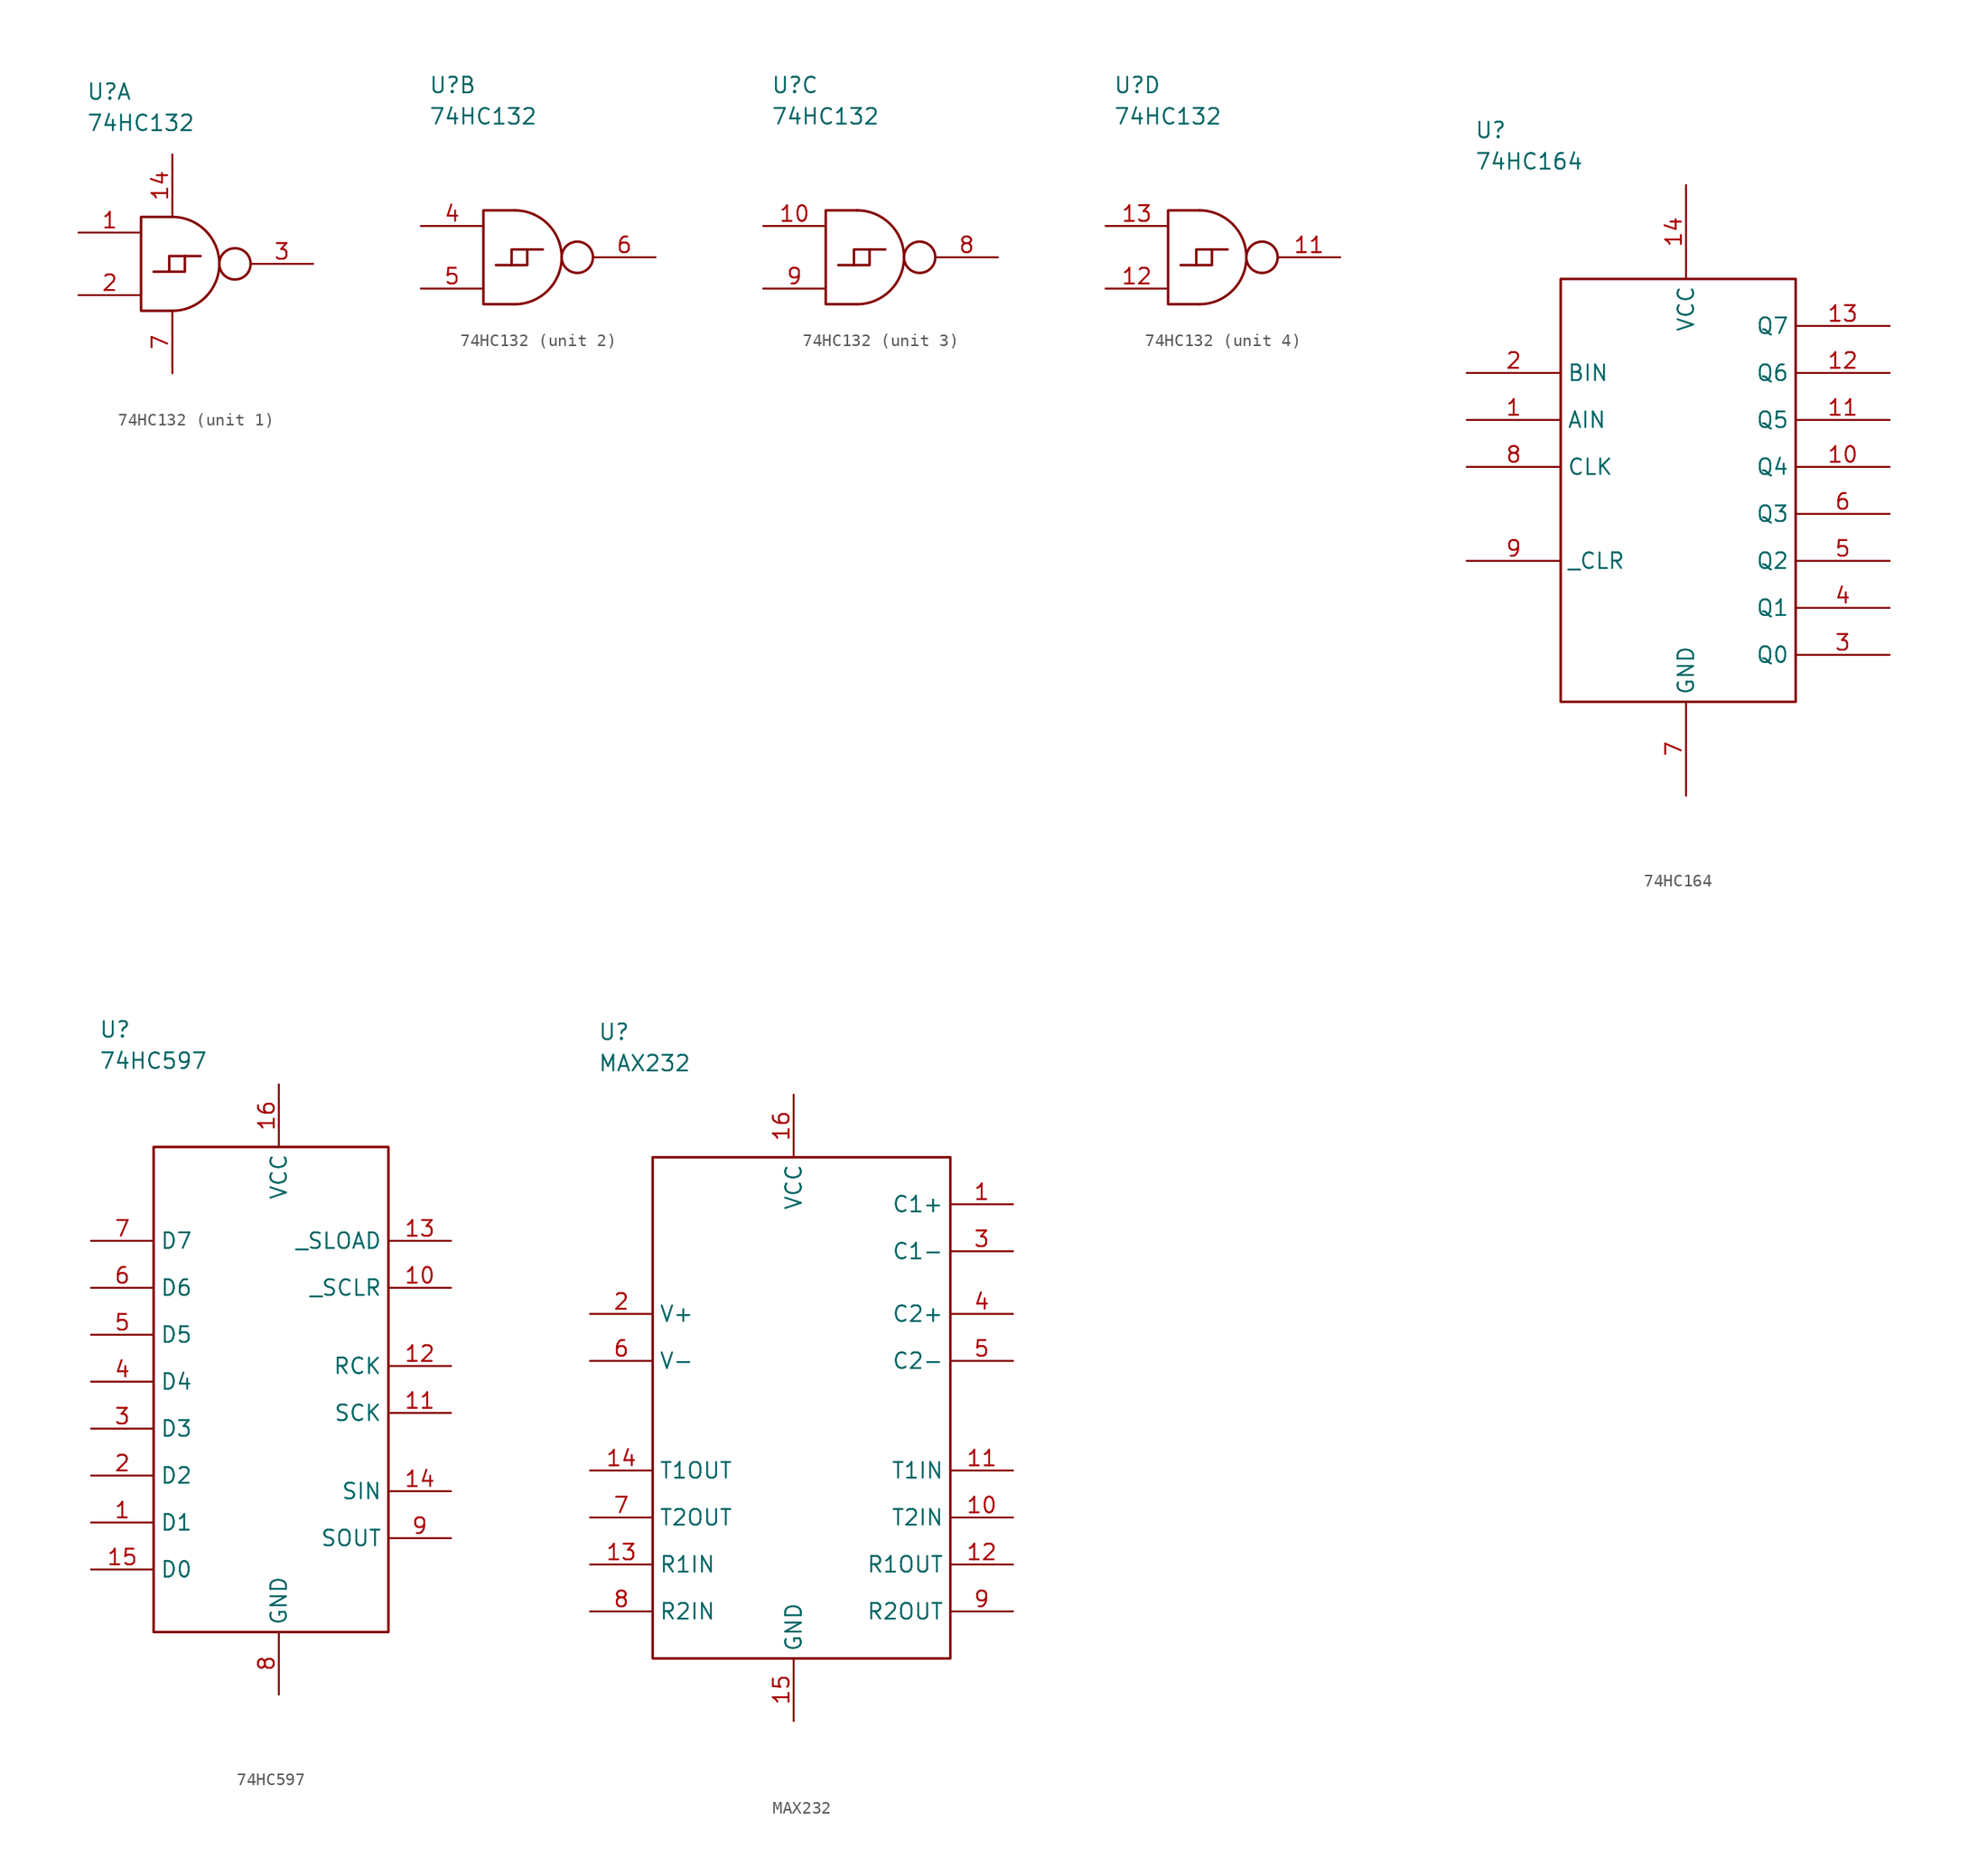
<source format=kicad_sym>
(kicad_symbol_lib
  (version 20211014)
  (generator kicad_symbol_editor)
  (symbol "74HC132"
    (property "Reference" "U"
      (at -9.525 13.97 0)
      (effects (font (size 1.27 1.27)) (justify left)))
    (property "Value" "74HC132"
      (at -9.525 11.43 0)
      (effects (font (size 1.27 1.27)) (justify left)))
    (property "ki_locked" ""
      (at 0 0 0)
      (effects (font (size 1.27 1.27))))
    (symbol "74HC132_0_0"
      (arc (start -2.54 -3.81) (mid 0.1541 -2.6941) (end 1.27 0) (stroke (width 0.2032) (type default) (color 0 0 0 0)) (fill (type none)))
      (polyline (pts (xy -1.524 0.635) (xy -1.524 -0.635) (xy -4.064 -0.635)) (stroke (width 0.203) (type default) (color 0 0 0 0)) (fill (type none)))
      (polyline (pts (xy -0.254 0.635) (xy -2.794 0.635) (xy -2.794 -0.635)) (stroke (width 0.203) (type default) (color 0 0 0 0)) (fill (type none)))
      (polyline (pts (xy -2.54 3.81) (xy -5.08 3.81) (xy -5.08 -3.81) (xy -2.54 -3.81)) (stroke (width 0.203) (type default) (color 0 0 0 0)) (fill (type none)))
      (arc (start 1.27 0) (mid 0.1541 2.6941) (end -2.54 3.81) (stroke (width 0.2032) (type default) (color 0 0 0 0)) (fill (type none)))
      (circle (center 2.54 0) (radius 1.27) (stroke (width 0.203) (type default) (color 0 0 0 0)) (fill (type none))))
    (symbol "74HC132_1_0"
      (pin unspecified line (at -10.16 2.54 0) (length 5.08) (name "~" (effects (font (size 1.27 1.27)))) (number "1" (effects (font (size 1.27 1.27)))))
      (pin unspecified line (at -2.54 8.89 270) (length 5.08) (name "~" (effects (font (size 1.27 1.27)))) (number "14" (effects (font (size 1.27 1.27)))))
      (pin unspecified line (at -10.16 -2.54 0) (length 5.08) (name "~" (effects (font (size 1.27 1.27)))) (number "2" (effects (font (size 1.27 1.27)))))
      (pin unspecified line (at 8.89 0 180) (length 5.08) (name "~" (effects (font (size 1.27 1.27)))) (number "3" (effects (font (size 1.27 1.27)))))
      (pin unspecified line (at -2.54 -8.89 90) (length 5.08) (name "~" (effects (font (size 1.27 1.27)))) (number "7" (effects (font (size 1.27 1.27))))))
    (symbol "74HC132_2_0"
      (pin unspecified line (at -10.16 2.54 0) (length 5.08) (name "~" (effects (font (size 1.27 1.27)))) (number "4" (effects (font (size 1.27 1.27)))))
      (pin unspecified line (at -10.16 -2.54 0) (length 5.08) (name "~" (effects (font (size 1.27 1.27)))) (number "5" (effects (font (size 1.27 1.27)))))
      (pin unspecified line (at 8.89 0 180) (length 5.08) (name "~" (effects (font (size 1.27 1.27)))) (number "6" (effects (font (size 1.27 1.27))))))
    (symbol "74HC132_3_0"
      (pin unspecified line (at -10.16 2.54 0) (length 5.08) (name "~" (effects (font (size 1.27 1.27)))) (number "10" (effects (font (size 1.27 1.27)))))
      (pin unspecified line (at 8.89 0 180) (length 5.08) (name "~" (effects (font (size 1.27 1.27)))) (number "8" (effects (font (size 1.27 1.27)))))
      (pin unspecified line (at -10.16 -2.54 0) (length 5.08) (name "~" (effects (font (size 1.27 1.27)))) (number "9" (effects (font (size 1.27 1.27))))))
    (symbol "74HC132_4_0"
      (pin unspecified line (at 8.89 0 180) (length 5.08) (name "~" (effects (font (size 1.27 1.27)))) (number "11" (effects (font (size 1.27 1.27)))))
      (pin unspecified line (at -10.16 -2.54 0) (length 5.08) (name "~" (effects (font (size 1.27 1.27)))) (number "12" (effects (font (size 1.27 1.27)))))
      (pin unspecified line (at -10.16 2.54 0) (length 5.08) (name "~" (effects (font (size 1.27 1.27)))) (number "13" (effects (font (size 1.27 1.27)))))))
  (symbol "74HC164"
    (property "Reference" "U"
      (at -17.145 29.845 0)
      (effects (font (size 1.27 1.27)) (justify left)))
    (property "Value" "74HC164"
      (at -17.145 27.305 0)
      (effects (font (size 1.27 1.27)) (justify left)))
    (property "ki_locked" ""
      (at 0 0 0)
      (effects (font (size 1.27 1.27))))
    (symbol "74HC164_0_0"
      (rectangle (start -10.16 17.78) (end 8.89 -16.51) (stroke (width 0.203) (type default) (color 0 0 0 0)) (fill (type none))))
    (symbol "74HC164_1_0"
      (pin unspecified line (at -17.78 6.35 0) (length 7.62) (name "AIN" (effects (font (size 1.27 1.27)))) (number "1" (effects (font (size 1.27 1.27)))))
      (pin unspecified line (at 16.51 2.54 180) (length 7.62) (name "Q4" (effects (font (size 1.27 1.27)))) (number "10" (effects (font (size 1.27 1.27)))))
      (pin unspecified line (at 16.51 6.35 180) (length 7.62) (name "Q5" (effects (font (size 1.27 1.27)))) (number "11" (effects (font (size 1.27 1.27)))))
      (pin unspecified line (at 16.51 10.16 180) (length 7.62) (name "Q6" (effects (font (size 1.27 1.27)))) (number "12" (effects (font (size 1.27 1.27)))))
      (pin unspecified line (at 16.51 13.97 180) (length 7.62) (name "Q7" (effects (font (size 1.27 1.27)))) (number "13" (effects (font (size 1.27 1.27)))))
      (pin unspecified line (at 0 25.4 270) (length 7.62) (name "VCC" (effects (font (size 1.27 1.27)))) (number "14" (effects (font (size 1.27 1.27)))))
      (pin unspecified line (at -17.78 10.16 0) (length 7.62) (name "BIN" (effects (font (size 1.27 1.27)))) (number "2" (effects (font (size 1.27 1.27)))))
      (pin unspecified line (at 16.51 -12.7 180) (length 7.62) (name "Q0" (effects (font (size 1.27 1.27)))) (number "3" (effects (font (size 1.27 1.27)))))
      (pin unspecified line (at 16.51 -8.89 180) (length 7.62) (name "Q1" (effects (font (size 1.27 1.27)))) (number "4" (effects (font (size 1.27 1.27)))))
      (pin unspecified line (at 16.51 -5.08 180) (length 7.62) (name "Q2" (effects (font (size 1.27 1.27)))) (number "5" (effects (font (size 1.27 1.27)))))
      (pin unspecified line (at 16.51 -1.27 180) (length 7.62) (name "Q3" (effects (font (size 1.27 1.27)))) (number "6" (effects (font (size 1.27 1.27)))))
      (pin unspecified line (at 0 -24.13 90) (length 7.62) (name "GND" (effects (font (size 1.27 1.27)))) (number "7" (effects (font (size 1.27 1.27)))))
      (pin unspecified line (at -17.78 2.54 0) (length 7.62) (name "CLK" (effects (font (size 1.27 1.27)))) (number "8" (effects (font (size 1.27 1.27)))))
      (pin unspecified line (at -17.78 -5.08 0) (length 7.62) (name "_CLR" (effects (font (size 1.27 1.27)))) (number "9" (effects (font (size 1.27 1.27)))))))
  (symbol "74HC597"
    (property "Reference" "U"
      (at -14.605 29.845 0)
      (effects (font (size 1.27 1.27)) (justify left)))
    (property "Value" "74HC597"
      (at -14.605 27.305 0)
      (effects (font (size 1.27 1.27)) (justify left)))
    (property "ki_locked" ""
      (at 0 0 0)
      (effects (font (size 1.27 1.27))))
    (symbol "74HC597_0_0"
      (rectangle (start -10.16 20.32) (end 8.89 -19.05) (stroke (width 0.203) (type default) (color 0 0 0 0)) (fill (type none))))
    (symbol "74HC597_1_0"
      (pin unspecified line (at -15.24 -10.16 0) (length 5.08) (name "D1" (effects (font (size 1.27 1.27)))) (number "1" (effects (font (size 1.27 1.27)))))
      (pin unspecified line (at 13.97 8.89 180) (length 5.08) (name "_SCLR" (effects (font (size 1.27 1.27)))) (number "10" (effects (font (size 1.27 1.27)))))
      (pin unspecified line (at 13.97 -1.27 180) (length 5.08) (name "SCK" (effects (font (size 1.27 1.27)))) (number "11" (effects (font (size 1.27 1.27)))))
      (pin unspecified line (at 13.97 2.54 180) (length 5.08) (name "RCK" (effects (font (size 1.27 1.27)))) (number "12" (effects (font (size 1.27 1.27)))))
      (pin unspecified line (at 13.97 12.7 180) (length 5.08) (name "_SLOAD" (effects (font (size 1.27 1.27)))) (number "13" (effects (font (size 1.27 1.27)))))
      (pin unspecified line (at 13.97 -7.62 180) (length 5.08) (name "SIN" (effects (font (size 1.27 1.27)))) (number "14" (effects (font (size 1.27 1.27)))))
      (pin unspecified line (at -15.24 -13.97 0) (length 5.08) (name "D0" (effects (font (size 1.27 1.27)))) (number "15" (effects (font (size 1.27 1.27)))))
      (pin unspecified line (at 0 25.4 270) (length 5.08) (name "VCC" (effects (font (size 1.27 1.27)))) (number "16" (effects (font (size 1.27 1.27)))))
      (pin unspecified line (at -15.24 -6.35 0) (length 5.08) (name "D2" (effects (font (size 1.27 1.27)))) (number "2" (effects (font (size 1.27 1.27)))))
      (pin unspecified line (at -15.24 -2.54 0) (length 5.08) (name "D3" (effects (font (size 1.27 1.27)))) (number "3" (effects (font (size 1.27 1.27)))))
      (pin unspecified line (at -15.24 1.27 0) (length 5.08) (name "D4" (effects (font (size 1.27 1.27)))) (number "4" (effects (font (size 1.27 1.27)))))
      (pin unspecified line (at -15.24 5.08 0) (length 5.08) (name "D5" (effects (font (size 1.27 1.27)))) (number "5" (effects (font (size 1.27 1.27)))))
      (pin unspecified line (at -15.24 8.89 0) (length 5.08) (name "D6" (effects (font (size 1.27 1.27)))) (number "6" (effects (font (size 1.27 1.27)))))
      (pin unspecified line (at -15.24 12.7 0) (length 5.08) (name "D7" (effects (font (size 1.27 1.27)))) (number "7" (effects (font (size 1.27 1.27)))))
      (pin unspecified line (at 0 -24.13 90) (length 5.08) (name "GND" (effects (font (size 1.27 1.27)))) (number "8" (effects (font (size 1.27 1.27)))))
      (pin unspecified line (at 13.97 -11.43 180) (length 5.08) (name "SOUT" (effects (font (size 1.27 1.27)))) (number "9" (effects (font (size 1.27 1.27)))))))
  (symbol "MAX232"
    (property "Reference" "U"
      (at -17.145 30.48 0)
      (effects (font (size 1.27 1.27)) (justify left)))
    (property "Value" "MAX232"
      (at -17.145 27.94 0)
      (effects (font (size 1.27 1.27)) (justify left)))
    (property "ki_locked" ""
      (at 0 0 0)
      (effects (font (size 1.27 1.27))))
    (symbol "MAX232_0_0"
      (rectangle (start -12.7 20.32) (end 11.43 -20.32) (stroke (width 0.203) (type default) (color 0 0 0 0)) (fill (type none))))
    (symbol "MAX232_1_0"
      (pin unspecified line (at 16.51 16.51 180) (length 5.08) (name "C1+" (effects (font (size 1.27 1.27)))) (number "1" (effects (font (size 1.27 1.27)))))
      (pin unspecified line (at 16.51 -8.89 180) (length 5.08) (name "T2IN" (effects (font (size 1.27 1.27)))) (number "10" (effects (font (size 1.27 1.27)))))
      (pin unspecified line (at 16.51 -5.08 180) (length 5.08) (name "T1IN" (effects (font (size 1.27 1.27)))) (number "11" (effects (font (size 1.27 1.27)))))
      (pin unspecified line (at 16.51 -12.7 180) (length 5.08) (name "R1OUT" (effects (font (size 1.27 1.27)))) (number "12" (effects (font (size 1.27 1.27)))))
      (pin unspecified line (at -17.78 -12.7 0) (length 5.08) (name "R1IN" (effects (font (size 1.27 1.27)))) (number "13" (effects (font (size 1.27 1.27)))))
      (pin unspecified line (at -17.78 -5.08 0) (length 5.08) (name "T1OUT" (effects (font (size 1.27 1.27)))) (number "14" (effects (font (size 1.27 1.27)))))
      (pin unspecified line (at -1.27 -25.4 90) (length 5.08) (name "GND" (effects (font (size 1.27 1.27)))) (number "15" (effects (font (size 1.27 1.27)))))
      (pin unspecified line (at -1.27 25.4 270) (length 5.08) (name "VCC" (effects (font (size 1.27 1.27)))) (number "16" (effects (font (size 1.27 1.27)))))
      (pin unspecified line (at -17.78 7.62 0) (length 5.08) (name "V+" (effects (font (size 1.27 1.27)))) (number "2" (effects (font (size 1.27 1.27)))))
      (pin unspecified line (at 16.51 12.7 180) (length 5.08) (name "C1-" (effects (font (size 1.27 1.27)))) (number "3" (effects (font (size 1.27 1.27)))))
      (pin unspecified line (at 16.51 7.62 180) (length 5.08) (name "C2+" (effects (font (size 1.27 1.27)))) (number "4" (effects (font (size 1.27 1.27)))))
      (pin unspecified line (at 16.51 3.81 180) (length 5.08) (name "C2-" (effects (font (size 1.27 1.27)))) (number "5" (effects (font (size 1.27 1.27)))))
      (pin unspecified line (at -17.78 3.81 0) (length 5.08) (name "V-" (effects (font (size 1.27 1.27)))) (number "6" (effects (font (size 1.27 1.27)))))
      (pin unspecified line (at -17.78 -8.89 0) (length 5.08) (name "T2OUT" (effects (font (size 1.27 1.27)))) (number "7" (effects (font (size 1.27 1.27)))))
      (pin unspecified line (at -17.78 -16.51 0) (length 5.08) (name "R2IN" (effects (font (size 1.27 1.27)))) (number "8" (effects (font (size 1.27 1.27)))))
      (pin unspecified line (at 16.51 -16.51 180) (length 5.08) (name "R2OUT" (effects (font (size 1.27 1.27)))) (number "9" (effects (font (size 1.27 1.27))))))))
</source>
